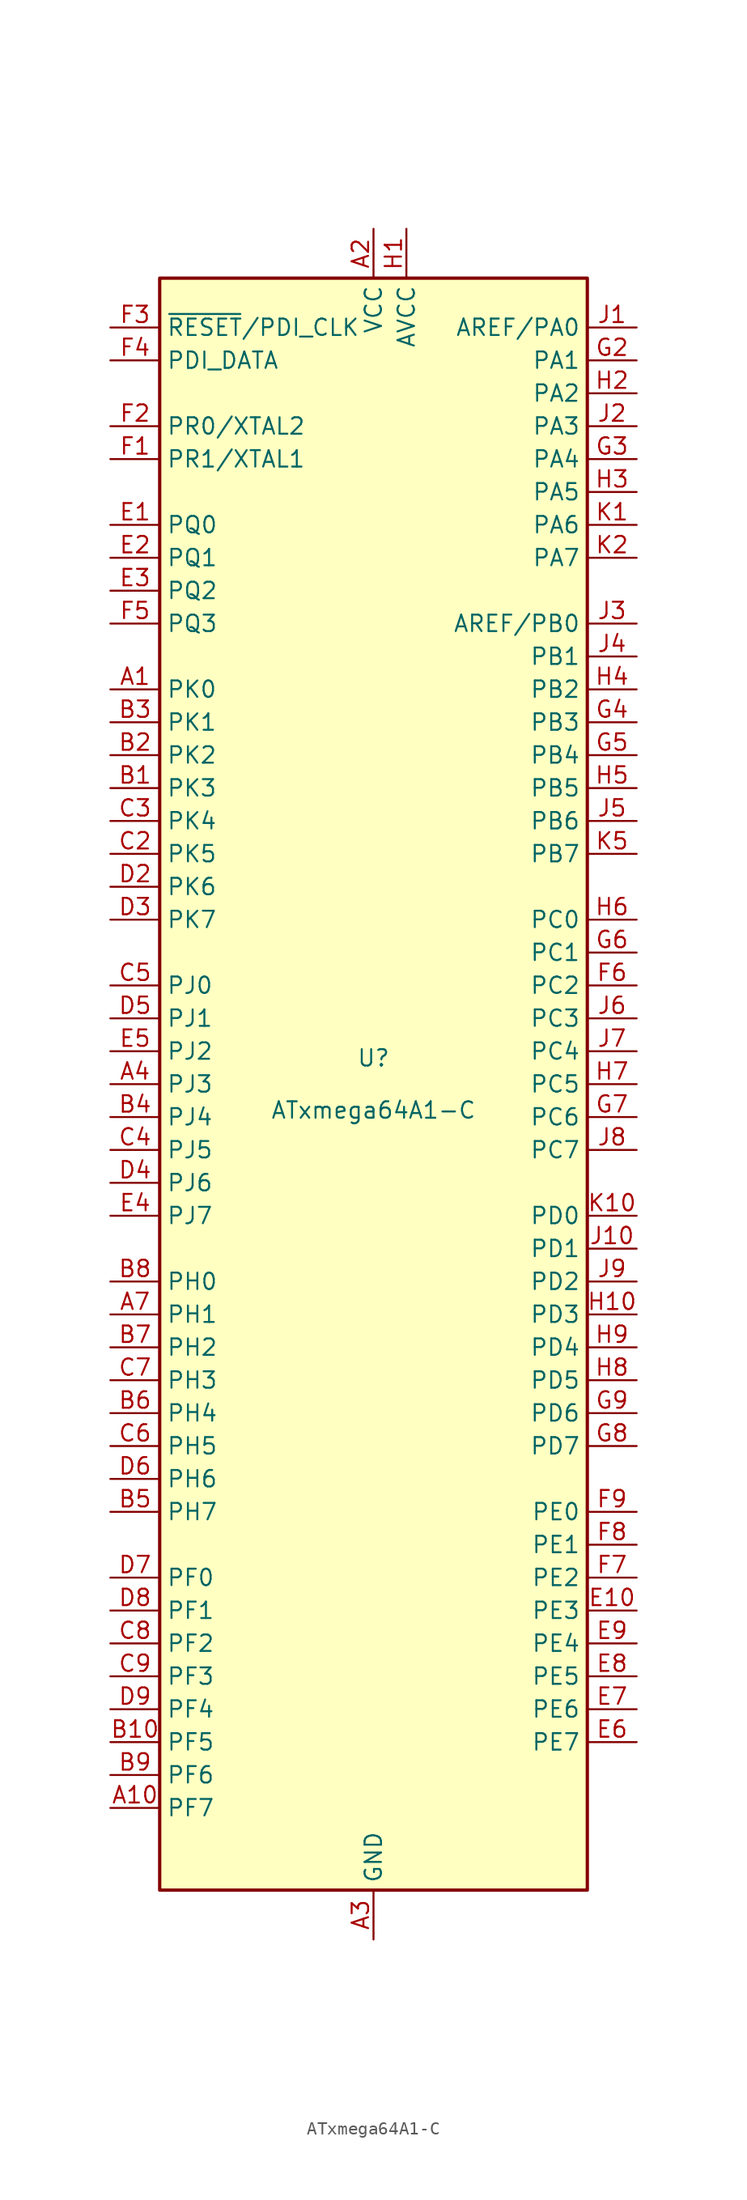
<source format=kicad_sym>
(kicad_symbol_lib
  (version 20201005)
  (generator kicad_symbol_editor)
  (symbol "ATxmega64A1-C"
    (property "Reference" "U"
      (at 0 1.27 0)
      (effects (font (size 1.27 1.27)) (justify bottom)))
    (property "Value" "ATxmega64A1-C"
      (at 0 -1.27 0)
      (effects (font (size 1.27 1.27)) (justify top)))
    (symbol "ATxmega64A1-C_0_1"
      (rectangle (start -16.51 -62.23) (end 16.51 62.23) (stroke (width 0.254)) (fill (type background))))
    (symbol "ATxmega64A1-C_1_1"
      (pin bidirectional line (at -20.32 30.48 0) (length 3.81) (name "PK0" (effects (font (size 1.27 1.27)))) (number "A1" (effects (font (size 1.27 1.27)))))
      (pin bidirectional line (at -20.32 -55.88 0) (length 3.81) (name "PF7" (effects (font (size 1.27 1.27)))) (number "A10" (effects (font (size 1.27 1.27)))))
      (pin power_in line (at 0 66.04 270) (length 3.81) (name "VCC" (effects (font (size 1.27 1.27)))) (number "A2" (effects (font (size 1.27 1.27)))))
      (pin power_in line (at 0 -66.04 90) (length 3.81) (name "GND" (effects (font (size 1.27 1.27)))) (number "A3" (effects (font (size 1.27 1.27)))))
      (pin bidirectional line (at -20.32 0 0) (length 3.81) (name "PJ3" (effects (font (size 1.27 1.27)))) (number "A4" (effects (font (size 1.27 1.27)))))
      (pin passive line (at 0 66.04 270) (length 3.81) hide (name "VCC" (effects (font (size 1.27 1.27)))) (number "A5" (effects (font (size 1.27 1.27)))))
      (pin passive line (at 0 -66.04 90) (length 3.81) hide (name "GND" (effects (font (size 1.27 1.27)))) (number "A6" (effects (font (size 1.27 1.27)))))
      (pin bidirectional line (at -20.32 -17.78 0) (length 3.81) (name "PH1" (effects (font (size 1.27 1.27)))) (number "A7" (effects (font (size 1.27 1.27)))))
      (pin passive line (at 0 -66.04 90) (length 3.81) hide (name "GND" (effects (font (size 1.27 1.27)))) (number "A8" (effects (font (size 1.27 1.27)))))
      (pin passive line (at 0 66.04 270) (length 3.81) hide (name "VCC" (effects (font (size 1.27 1.27)))) (number "A9" (effects (font (size 1.27 1.27)))))
      (pin bidirectional line (at -20.32 22.86 0) (length 3.81) (name "PK3" (effects (font (size 1.27 1.27)))) (number "B1" (effects (font (size 1.27 1.27)))))
      (pin bidirectional line (at -20.32 -50.8 0) (length 3.81) (name "PF5" (effects (font (size 1.27 1.27)))) (number "B10" (effects (font (size 1.27 1.27)))))
      (pin bidirectional line (at -20.32 25.4 0) (length 3.81) (name "PK2" (effects (font (size 1.27 1.27)))) (number "B2" (effects (font (size 1.27 1.27)))))
      (pin bidirectional line (at -20.32 27.94 0) (length 3.81) (name "PK1" (effects (font (size 1.27 1.27)))) (number "B3" (effects (font (size 1.27 1.27)))))
      (pin bidirectional line (at -20.32 -2.54 0) (length 3.81) (name "PJ4" (effects (font (size 1.27 1.27)))) (number "B4" (effects (font (size 1.27 1.27)))))
      (pin bidirectional line (at -20.32 -33.02 0) (length 3.81) (name "PH7" (effects (font (size 1.27 1.27)))) (number "B5" (effects (font (size 1.27 1.27)))))
      (pin bidirectional line (at -20.32 -25.4 0) (length 3.81) (name "PH4" (effects (font (size 1.27 1.27)))) (number "B6" (effects (font (size 1.27 1.27)))))
      (pin bidirectional line (at -20.32 -20.32 0) (length 3.81) (name "PH2" (effects (font (size 1.27 1.27)))) (number "B7" (effects (font (size 1.27 1.27)))))
      (pin bidirectional line (at -20.32 -15.24 0) (length 3.81) (name "PH0" (effects (font (size 1.27 1.27)))) (number "B8" (effects (font (size 1.27 1.27)))))
      (pin bidirectional line (at -20.32 -53.34 0) (length 3.81) (name "PF6" (effects (font (size 1.27 1.27)))) (number "B9" (effects (font (size 1.27 1.27)))))
      (pin passive line (at 0 66.04 270) (length 3.81) hide (name "VCC" (effects (font (size 1.27 1.27)))) (number "C1" (effects (font (size 1.27 1.27)))))
      (pin passive line (at 0 66.04 270) (length 3.81) hide (name "VCC" (effects (font (size 1.27 1.27)))) (number "C10" (effects (font (size 1.27 1.27)))))
      (pin bidirectional line (at -20.32 17.78 0) (length 3.81) (name "PK5" (effects (font (size 1.27 1.27)))) (number "C2" (effects (font (size 1.27 1.27)))))
      (pin bidirectional line (at -20.32 20.32 0) (length 3.81) (name "PK4" (effects (font (size 1.27 1.27)))) (number "C3" (effects (font (size 1.27 1.27)))))
      (pin bidirectional line (at -20.32 -5.08 0) (length 3.81) (name "PJ5" (effects (font (size 1.27 1.27)))) (number "C4" (effects (font (size 1.27 1.27)))))
      (pin bidirectional line (at -20.32 7.62 0) (length 3.81) (name "PJ0" (effects (font (size 1.27 1.27)))) (number "C5" (effects (font (size 1.27 1.27)))))
      (pin bidirectional line (at -20.32 -27.94 0) (length 3.81) (name "PH5" (effects (font (size 1.27 1.27)))) (number "C6" (effects (font (size 1.27 1.27)))))
      (pin bidirectional line (at -20.32 -22.86 0) (length 3.81) (name "PH3" (effects (font (size 1.27 1.27)))) (number "C7" (effects (font (size 1.27 1.27)))))
      (pin bidirectional line (at -20.32 -43.18 0) (length 3.81) (name "PF2" (effects (font (size 1.27 1.27)))) (number "C8" (effects (font (size 1.27 1.27)))))
      (pin bidirectional line (at -20.32 -45.72 0) (length 3.81) (name "PF3" (effects (font (size 1.27 1.27)))) (number "C9" (effects (font (size 1.27 1.27)))))
      (pin passive line (at 0 -66.04 90) (length 3.81) hide (name "GND" (effects (font (size 1.27 1.27)))) (number "D1" (effects (font (size 1.27 1.27)))))
      (pin passive line (at 0 -66.04 90) (length 3.81) hide (name "GND" (effects (font (size 1.27 1.27)))) (number "D10" (effects (font (size 1.27 1.27)))))
      (pin bidirectional line (at -20.32 15.24 0) (length 3.81) (name "PK6" (effects (font (size 1.27 1.27)))) (number "D2" (effects (font (size 1.27 1.27)))))
      (pin bidirectional line (at -20.32 12.7 0) (length 3.81) (name "PK7" (effects (font (size 1.27 1.27)))) (number "D3" (effects (font (size 1.27 1.27)))))
      (pin bidirectional line (at -20.32 -7.62 0) (length 3.81) (name "PJ6" (effects (font (size 1.27 1.27)))) (number "D4" (effects (font (size 1.27 1.27)))))
      (pin bidirectional line (at -20.32 5.08 0) (length 3.81) (name "PJ1" (effects (font (size 1.27 1.27)))) (number "D5" (effects (font (size 1.27 1.27)))))
      (pin bidirectional line (at -20.32 -30.48 0) (length 3.81) (name "PH6" (effects (font (size 1.27 1.27)))) (number "D6" (effects (font (size 1.27 1.27)))))
      (pin bidirectional line (at -20.32 -38.1 0) (length 3.81) (name "PF0" (effects (font (size 1.27 1.27)))) (number "D7" (effects (font (size 1.27 1.27)))))
      (pin bidirectional line (at -20.32 -40.64 0) (length 3.81) (name "PF1" (effects (font (size 1.27 1.27)))) (number "D8" (effects (font (size 1.27 1.27)))))
      (pin bidirectional line (at -20.32 -48.26 0) (length 3.81) (name "PF4" (effects (font (size 1.27 1.27)))) (number "D9" (effects (font (size 1.27 1.27)))))
      (pin bidirectional line (at -20.32 43.18 0) (length 3.81) (name "PQ0" (effects (font (size 1.27 1.27)))) (number "E1" (effects (font (size 1.27 1.27)))))
      (pin bidirectional line (at 20.32 -40.64 180) (length 3.81) (name "PE3" (effects (font (size 1.27 1.27)))) (number "E10" (effects (font (size 1.27 1.27)))))
      (pin bidirectional line (at -20.32 40.64 0) (length 3.81) (name "PQ1" (effects (font (size 1.27 1.27)))) (number "E2" (effects (font (size 1.27 1.27)))))
      (pin bidirectional line (at -20.32 38.1 0) (length 3.81) (name "PQ2" (effects (font (size 1.27 1.27)))) (number "E3" (effects (font (size 1.27 1.27)))))
      (pin bidirectional line (at -20.32 -10.16 0) (length 3.81) (name "PJ7" (effects (font (size 1.27 1.27)))) (number "E4" (effects (font (size 1.27 1.27)))))
      (pin bidirectional line (at -20.32 2.54 0) (length 3.81) (name "PJ2" (effects (font (size 1.27 1.27)))) (number "E5" (effects (font (size 1.27 1.27)))))
      (pin bidirectional line (at 20.32 -50.8 180) (length 3.81) (name "PE7" (effects (font (size 1.27 1.27)))) (number "E6" (effects (font (size 1.27 1.27)))))
      (pin bidirectional line (at 20.32 -48.26 180) (length 3.81) (name "PE6" (effects (font (size 1.27 1.27)))) (number "E7" (effects (font (size 1.27 1.27)))))
      (pin bidirectional line (at 20.32 -45.72 180) (length 3.81) (name "PE5" (effects (font (size 1.27 1.27)))) (number "E8" (effects (font (size 1.27 1.27)))))
      (pin bidirectional line (at 20.32 -43.18 180) (length 3.81) (name "PE4" (effects (font (size 1.27 1.27)))) (number "E9" (effects (font (size 1.27 1.27)))))
      (pin bidirectional line (at -20.32 48.26 0) (length 3.81) (name "PR1/XTAL1" (effects (font (size 1.27 1.27)))) (number "F1" (effects (font (size 1.27 1.27)))))
      (pin passive line (at 0 66.04 270) (length 3.81) hide (name "VCC" (effects (font (size 1.27 1.27)))) (number "F10" (effects (font (size 1.27 1.27)))))
      (pin bidirectional line (at -20.32 50.8 0) (length 3.81) (name "PR0/XTAL2" (effects (font (size 1.27 1.27)))) (number "F2" (effects (font (size 1.27 1.27)))))
      (pin input line (at -20.32 58.42 0) (length 3.81) (name "~RESET~/PDI_CLK" (effects (font (size 1.27 1.27)))) (number "F3" (effects (font (size 1.27 1.27)))))
      (pin bidirectional line (at -20.32 55.88 0) (length 3.81) (name "PDI_DATA" (effects (font (size 1.27 1.27)))) (number "F4" (effects (font (size 1.27 1.27)))))
      (pin bidirectional line (at -20.32 35.56 0) (length 3.81) (name "PQ3" (effects (font (size 1.27 1.27)))) (number "F5" (effects (font (size 1.27 1.27)))))
      (pin bidirectional line (at 20.32 7.62 180) (length 3.81) (name "PC2" (effects (font (size 1.27 1.27)))) (number "F6" (effects (font (size 1.27 1.27)))))
      (pin bidirectional line (at 20.32 -38.1 180) (length 3.81) (name "PE2" (effects (font (size 1.27 1.27)))) (number "F7" (effects (font (size 1.27 1.27)))))
      (pin bidirectional line (at 20.32 -35.56 180) (length 3.81) (name "PE1" (effects (font (size 1.27 1.27)))) (number "F8" (effects (font (size 1.27 1.27)))))
      (pin bidirectional line (at 20.32 -33.02 180) (length 3.81) (name "PE0" (effects (font (size 1.27 1.27)))) (number "F9" (effects (font (size 1.27 1.27)))))
      (pin passive line (at 0 -66.04 90) (length 3.81) hide (name "GND" (effects (font (size 1.27 1.27)))) (number "G1" (effects (font (size 1.27 1.27)))))
      (pin passive line (at 0 -66.04 90) (length 3.81) hide (name "GND" (effects (font (size 1.27 1.27)))) (number "G10" (effects (font (size 1.27 1.27)))))
      (pin bidirectional line (at 20.32 55.88 180) (length 3.81) (name "PA1" (effects (font (size 1.27 1.27)))) (number "G2" (effects (font (size 1.27 1.27)))))
      (pin bidirectional line (at 20.32 48.26 180) (length 3.81) (name "PA4" (effects (font (size 1.27 1.27)))) (number "G3" (effects (font (size 1.27 1.27)))))
      (pin bidirectional line (at 20.32 27.94 180) (length 3.81) (name "PB3" (effects (font (size 1.27 1.27)))) (number "G4" (effects (font (size 1.27 1.27)))))
      (pin bidirectional line (at 20.32 25.4 180) (length 3.81) (name "PB4" (effects (font (size 1.27 1.27)))) (number "G5" (effects (font (size 1.27 1.27)))))
      (pin bidirectional line (at 20.32 10.16 180) (length 3.81) (name "PC1" (effects (font (size 1.27 1.27)))) (number "G6" (effects (font (size 1.27 1.27)))))
      (pin bidirectional line (at 20.32 -2.54 180) (length 3.81) (name "PC6" (effects (font (size 1.27 1.27)))) (number "G7" (effects (font (size 1.27 1.27)))))
      (pin bidirectional line (at 20.32 -27.94 180) (length 3.81) (name "PD7" (effects (font (size 1.27 1.27)))) (number "G8" (effects (font (size 1.27 1.27)))))
      (pin bidirectional line (at 20.32 -25.4 180) (length 3.81) (name "PD6" (effects (font (size 1.27 1.27)))) (number "G9" (effects (font (size 1.27 1.27)))))
      (pin power_in line (at 2.54 66.04 270) (length 3.81) (name "AVCC" (effects (font (size 1.27 1.27)))) (number "H1" (effects (font (size 1.27 1.27)))))
      (pin bidirectional line (at 20.32 -17.78 180) (length 3.81) (name "PD3" (effects (font (size 1.27 1.27)))) (number "H10" (effects (font (size 1.27 1.27)))))
      (pin bidirectional line (at 20.32 53.34 180) (length 3.81) (name "PA2" (effects (font (size 1.27 1.27)))) (number "H2" (effects (font (size 1.27 1.27)))))
      (pin bidirectional line (at 20.32 45.72 180) (length 3.81) (name "PA5" (effects (font (size 1.27 1.27)))) (number "H3" (effects (font (size 1.27 1.27)))))
      (pin bidirectional line (at 20.32 30.48 180) (length 3.81) (name "PB2" (effects (font (size 1.27 1.27)))) (number "H4" (effects (font (size 1.27 1.27)))))
      (pin bidirectional line (at 20.32 22.86 180) (length 3.81) (name "PB5" (effects (font (size 1.27 1.27)))) (number "H5" (effects (font (size 1.27 1.27)))))
      (pin bidirectional line (at 20.32 12.7 180) (length 3.81) (name "PC0" (effects (font (size 1.27 1.27)))) (number "H6" (effects (font (size 1.27 1.27)))))
      (pin bidirectional line (at 20.32 0 180) (length 3.81) (name "PC5" (effects (font (size 1.27 1.27)))) (number "H7" (effects (font (size 1.27 1.27)))))
      (pin bidirectional line (at 20.32 -22.86 180) (length 3.81) (name "PD5" (effects (font (size 1.27 1.27)))) (number "H8" (effects (font (size 1.27 1.27)))))
      (pin bidirectional line (at 20.32 -20.32 180) (length 3.81) (name "PD4" (effects (font (size 1.27 1.27)))) (number "H9" (effects (font (size 1.27 1.27)))))
      (pin bidirectional line (at 20.32 58.42 180) (length 3.81) (name "AREF/PA0" (effects (font (size 1.27 1.27)))) (number "J1" (effects (font (size 1.27 1.27)))))
      (pin bidirectional line (at 20.32 -12.7 180) (length 3.81) (name "PD1" (effects (font (size 1.27 1.27)))) (number "J10" (effects (font (size 1.27 1.27)))))
      (pin bidirectional line (at 20.32 50.8 180) (length 3.81) (name "PA3" (effects (font (size 1.27 1.27)))) (number "J2" (effects (font (size 1.27 1.27)))))
      (pin bidirectional line (at 20.32 35.56 180) (length 3.81) (name "AREF/PB0" (effects (font (size 1.27 1.27)))) (number "J3" (effects (font (size 1.27 1.27)))))
      (pin bidirectional line (at 20.32 33.02 180) (length 3.81) (name "PB1" (effects (font (size 1.27 1.27)))) (number "J4" (effects (font (size 1.27 1.27)))))
      (pin bidirectional line (at 20.32 20.32 180) (length 3.81) (name "PB6" (effects (font (size 1.27 1.27)))) (number "J5" (effects (font (size 1.27 1.27)))))
      (pin bidirectional line (at 20.32 5.08 180) (length 3.81) (name "PC3" (effects (font (size 1.27 1.27)))) (number "J6" (effects (font (size 1.27 1.27)))))
      (pin bidirectional line (at 20.32 2.54 180) (length 3.81) (name "PC4" (effects (font (size 1.27 1.27)))) (number "J7" (effects (font (size 1.27 1.27)))))
      (pin bidirectional line (at 20.32 -5.08 180) (length 3.81) (name "PC7" (effects (font (size 1.27 1.27)))) (number "J8" (effects (font (size 1.27 1.27)))))
      (pin bidirectional line (at 20.32 -15.24 180) (length 3.81) (name "PD2" (effects (font (size 1.27 1.27)))) (number "J9" (effects (font (size 1.27 1.27)))))
      (pin bidirectional line (at 20.32 43.18 180) (length 3.81) (name "PA6" (effects (font (size 1.27 1.27)))) (number "K1" (effects (font (size 1.27 1.27)))))
      (pin bidirectional line (at 20.32 -10.16 180) (length 3.81) (name "PD0" (effects (font (size 1.27 1.27)))) (number "K10" (effects (font (size 1.27 1.27)))))
      (pin bidirectional line (at 20.32 40.64 180) (length 3.81) (name "PA7" (effects (font (size 1.27 1.27)))) (number "K2" (effects (font (size 1.27 1.27)))))
      (pin passive line (at 0 -66.04 90) (length 3.81) hide (name "GND" (effects (font (size 1.27 1.27)))) (number "K3" (effects (font (size 1.27 1.27)))))
      (pin passive line (at 2.54 66.04 270) (length 3.81) hide (name "AVCC" (effects (font (size 1.27 1.27)))) (number "K4" (effects (font (size 1.27 1.27)))))
      (pin bidirectional line (at 20.32 17.78 180) (length 3.81) (name "PB7" (effects (font (size 1.27 1.27)))) (number "K5" (effects (font (size 1.27 1.27)))))
      (pin passive line (at 0 66.04 270) (length 3.81) hide (name "VCC" (effects (font (size 1.27 1.27)))) (number "K6" (effects (font (size 1.27 1.27)))))
      (pin passive line (at 0 -66.04 90) (length 3.81) hide (name "GND" (effects (font (size 1.27 1.27)))) (number "K7" (effects (font (size 1.27 1.27)))))
      (pin passive line (at 0 66.04 270) (length 3.81) hide (name "VCC" (effects (font (size 1.27 1.27)))) (number "K8" (effects (font (size 1.27 1.27)))))
      (pin passive line (at 0 -66.04 90) (length 3.81) hide (name "GND" (effects (font (size 1.27 1.27)))) (number "K9" (effects (font (size 1.27 1.27))))))))
</source>
